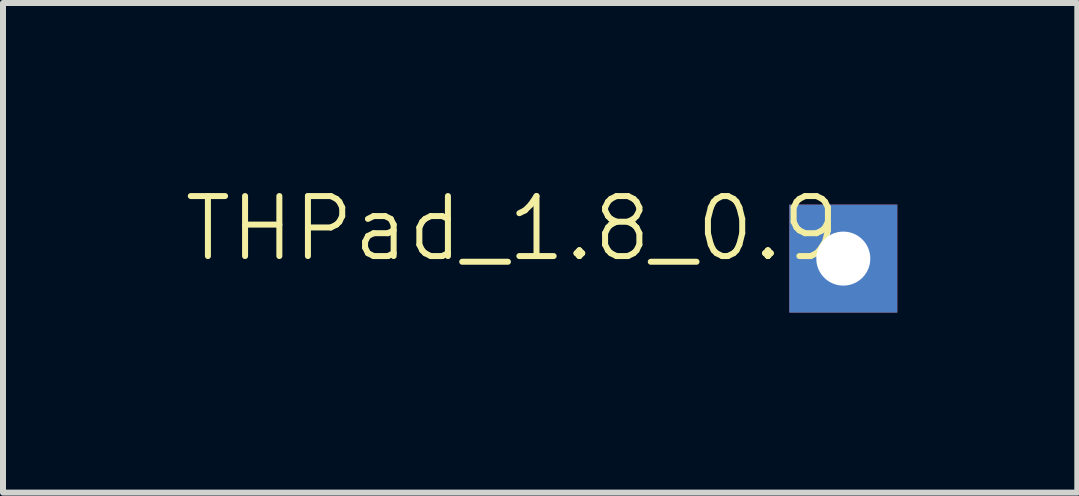
<source format=kicad_pcb>
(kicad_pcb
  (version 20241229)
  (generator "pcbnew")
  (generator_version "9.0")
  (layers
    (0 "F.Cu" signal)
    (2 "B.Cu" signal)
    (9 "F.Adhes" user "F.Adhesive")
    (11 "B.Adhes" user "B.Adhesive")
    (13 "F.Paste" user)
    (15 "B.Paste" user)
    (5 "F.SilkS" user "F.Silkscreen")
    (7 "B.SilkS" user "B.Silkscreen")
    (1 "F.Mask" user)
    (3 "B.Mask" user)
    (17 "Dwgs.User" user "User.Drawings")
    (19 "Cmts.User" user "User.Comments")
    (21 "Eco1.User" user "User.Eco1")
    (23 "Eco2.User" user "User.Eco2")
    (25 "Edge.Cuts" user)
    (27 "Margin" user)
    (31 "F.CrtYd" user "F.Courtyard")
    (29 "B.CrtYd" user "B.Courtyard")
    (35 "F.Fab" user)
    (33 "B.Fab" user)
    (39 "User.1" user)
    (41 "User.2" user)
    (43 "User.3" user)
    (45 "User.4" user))
  (footprint "THPad_1.8_0.9"
    (layer "F.Cu")
    (at 11.005 1.26)
    (property "Reference" "THPad_1.8_0.9" (at 0 -0.5 0) (unlocked yes) (layer "F.SilkS") (effects (font (size 1 1) (thickness 0.1)) (justify right)))
    (attr through_hole)
    (pad "" thru_hole rect (at 0 0) (size 1.8 1.8) (drill 0.9) (layers "*.Cu" "*.Mask")))
  (gr_rect
    (start -3 -3)
    (end 14.905 5.16)
    (stroke (width 0.1) (type default))
    (fill no)
    (layer "Edge.Cuts")))
</source>
